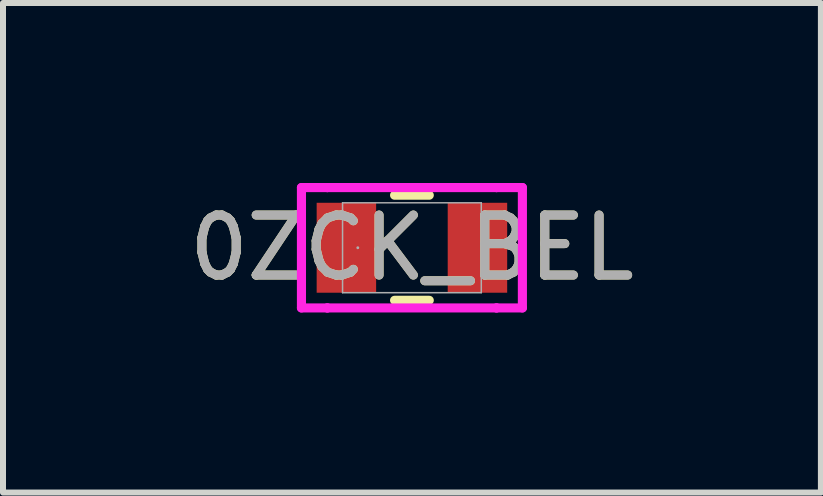
<source format=kicad_pcb>
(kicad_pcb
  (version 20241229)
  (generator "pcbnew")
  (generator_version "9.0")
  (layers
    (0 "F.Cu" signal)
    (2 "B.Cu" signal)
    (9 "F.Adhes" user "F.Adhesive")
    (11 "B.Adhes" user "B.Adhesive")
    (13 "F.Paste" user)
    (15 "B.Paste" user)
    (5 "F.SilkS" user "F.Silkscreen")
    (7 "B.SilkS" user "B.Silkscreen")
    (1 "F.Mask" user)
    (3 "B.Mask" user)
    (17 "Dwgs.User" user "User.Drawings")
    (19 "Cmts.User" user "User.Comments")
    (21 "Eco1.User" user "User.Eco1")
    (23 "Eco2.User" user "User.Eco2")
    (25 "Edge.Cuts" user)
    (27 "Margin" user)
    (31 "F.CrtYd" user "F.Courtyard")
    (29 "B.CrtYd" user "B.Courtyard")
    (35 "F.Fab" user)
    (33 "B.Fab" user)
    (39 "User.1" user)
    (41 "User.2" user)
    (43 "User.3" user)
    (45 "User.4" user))
  (footprint "0ZCK_BEL"
    (layer "F.Cu")
    (at 3.815 1.079)
    (property "Reference" "0ZCK_BEL" (at 0 0 0) (unlocked yes) (layer "F.SilkS") (effects (font (size 1 1) (thickness 0.15))))
    (attr smd)
    (fp_line (start -0.289 0.876) (end 0.289 0.876) (stroke (width 0.152) (type solid)) (layer "F.SilkS"))
    (fp_line (start 0.289 -0.876) (end -0.289 -0.876) (stroke (width 0.152) (type solid)) (layer "F.SilkS"))
    (fp_line (start -1.841 -1.003) (end -1.41 -1.003) (stroke (width 0.152) (type solid)) (layer "F.CrtYd"))
    (fp_line (start -1.841 1.003) (end -1.841 -1.003) (stroke (width 0.152) (type solid)) (layer "F.CrtYd"))
    (fp_line (start -1.841 1.003) (end -1.41 1.003) (stroke (width 0.152) (type solid)) (layer "F.CrtYd"))
    (fp_line (start -1.41 -1.003) (end -1.41 -1.003) (stroke (width 0.152) (type solid)) (layer "F.CrtYd"))
    (fp_line (start -1.41 -1.003) (end 1.41 -1.003) (stroke (width 0.152) (type solid)) (layer "F.CrtYd"))
    (fp_line (start -1.41 1.003) (end -1.41 1.003) (stroke (width 0.152) (type solid)) (layer "F.CrtYd"))
    (fp_line (start -1.41 1.003) (end 1.41 1.003) (stroke (width 0.152) (type solid)) (layer "F.CrtYd"))
    (fp_line (start 1.41 -1.003) (end 1.41 -1.003) (stroke (width 0.152) (type solid)) (layer "F.CrtYd"))
    (fp_line (start 1.41 -1.003) (end 1.841 -1.003) (stroke (width 0.152) (type solid)) (layer "F.CrtYd"))
    (fp_line (start 1.41 1.003) (end 1.41 1.003) (stroke (width 0.152) (type solid)) (layer "F.CrtYd"))
    (fp_line (start 1.41 1.003) (end 1.841 1.003) (stroke (width 0.152) (type solid)) (layer "F.CrtYd"))
    (fp_line (start 1.841 -1.003) (end 1.841 1.003) (stroke (width 0.152) (type solid)) (layer "F.CrtYd"))
    (fp_line (start -1.156 -0.749) (end -1.156 0.749) (stroke (width 0.025) (type solid)) (layer "F.Fab"))
    (fp_line (start -1.156 0.749) (end 1.156 0.749) (stroke (width 0.025) (type solid)) (layer "F.Fab"))
    (fp_line (start 1.156 -0.749) (end -1.156 -0.749) (stroke (width 0.025) (type solid)) (layer "F.Fab"))
    (fp_line (start 1.156 0.749) (end 1.156 -0.749) (stroke (width 0.025) (type solid)) (layer "F.Fab"))
    (fp_circle (center -0.902 0) (end -0.902 0) (stroke (width 0.025) (type solid)) (fill no) (layer "F.Fab"))
    (fp_text user "${REFERENCE}" (at 0 0 0) (unlocked yes) (layer "F.Fab") (effects (font (size 1 1) (thickness 0.15))))
    (pad "1" smd rect (at -1.092 0) (size 0.991 1.499) (layers "F.Cu" "F.Mask" "F.Paste"))
    (pad "2" smd rect (at 1.092 0) (size 0.991 1.499) (layers "F.Cu" "F.Mask" "F.Paste"))
    (zone (net_name "") (layer "F.Cu") (hatch full 0.508) (connect_pads) (min_thickness 0.254) (filled_areas_thickness no) (keepout (tracks not_allowed) (vias not_allowed) (pads allowed) (copperpour not_allowed) (footprints allowed)) (placement (enabled no)) (fill) (polygon (pts (xy 3.269 0.381) (xy 4.362 0.381) (xy 4.362 1.778) (xy 3.269 1.778)))))
  (gr_rect
    (start -3 -3)
    (end 10.631 5.159)
    (stroke (width 0.1) (type default))
    (fill no)
    (layer "Edge.Cuts")))
</source>
